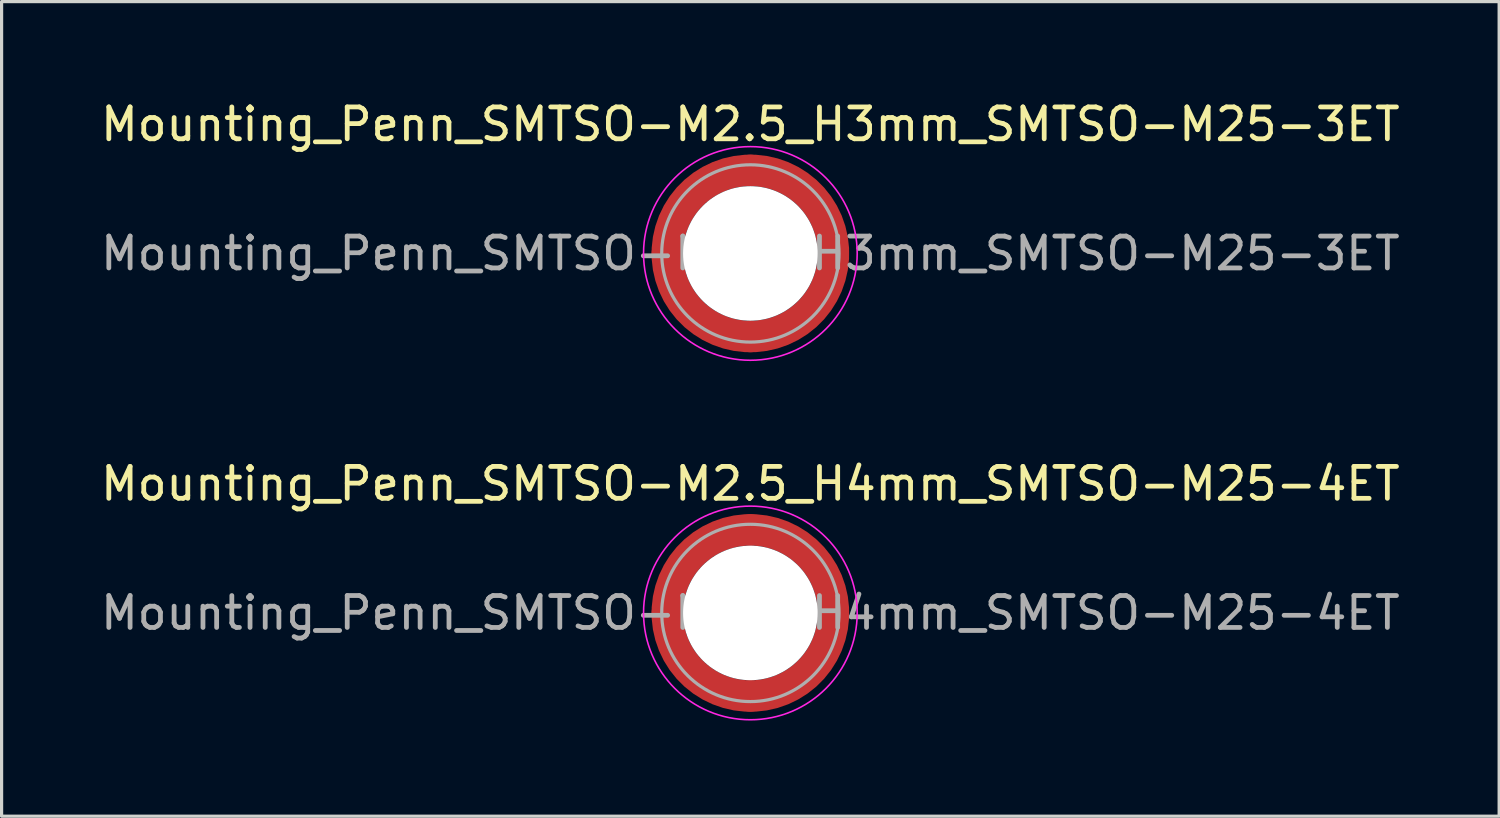
<source format=kicad_pcb>
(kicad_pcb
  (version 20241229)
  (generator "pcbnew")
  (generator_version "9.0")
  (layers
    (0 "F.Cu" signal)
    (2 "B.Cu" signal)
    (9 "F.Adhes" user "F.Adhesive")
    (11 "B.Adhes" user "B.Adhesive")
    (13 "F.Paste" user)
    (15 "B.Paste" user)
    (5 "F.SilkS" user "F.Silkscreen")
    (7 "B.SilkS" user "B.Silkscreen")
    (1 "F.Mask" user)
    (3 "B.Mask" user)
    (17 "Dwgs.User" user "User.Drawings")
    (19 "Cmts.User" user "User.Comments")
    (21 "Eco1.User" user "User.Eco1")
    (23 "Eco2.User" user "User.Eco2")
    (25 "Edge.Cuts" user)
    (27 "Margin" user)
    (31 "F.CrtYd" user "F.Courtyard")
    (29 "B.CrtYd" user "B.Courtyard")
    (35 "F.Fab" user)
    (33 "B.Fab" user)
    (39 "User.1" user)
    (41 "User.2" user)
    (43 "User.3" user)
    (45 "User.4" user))
  (footprint "Mounting_Penn_SMTSO-M2.5_H4mm_SMTSO-M25-4ET"
    (layer "F.Cu")
    (at 20.482 16.172)
    (property "Reference" "Mounting_Penn_SMTSO-M2.5_H4mm_SMTSO-M25-4ET" (at 0 -4.05 0) (layer "F.SilkS") (effects (font (size 1 1) (thickness 0.15))))
    (attr smd)
    (fp_circle (center 0 0) (end 3.35 0) (stroke (width 0.05) (type solid)) (fill no) (layer "F.CrtYd"))
    (fp_circle (center 0 0) (end 2.78 0) (stroke (width 0.1) (type solid)) (fill no) (layer "F.Fab"))
    (fp_text user "${REFERENCE}" (at 0 0 0) (layer "F.Fab") (effects (font (size 1 1) (thickness 0.15))))
    (pad "" smd custom (at -1.842 -1.842) (size 0.395 0.395) (layers "F.Paste") (options (anchor circle)) (primitives (gr_arc (start -0.448423 1.542013) (mid 0.208597 0.208597) (end 1.542013 -0.448423) (width 0.2)) (gr_arc (start -0.547562 1.542013) (mid 0.139064 0.139064) (end 1.542013 -0.547562) (width 0.2)) (gr_arc (start -0.646637 1.542013) (mid 0.069532 0.069532) (end 1.542013 -0.646637) (width 0.2)) (gr_arc (start -0.745655 1.542013) (mid 0 0) (end 1.542013 -0.745655) (width 0.2)) (gr_arc (start -0.844622 1.542013) (mid -0.069532 -0.069532) (end 1.542013 -0.844622) (width 0.2)) (gr_arc (start -0.943545 1.542013) (mid -0.139064 -0.139064) (end 1.542013 -0.943545) (width 0.2)) (gr_arc (start -1.042428 1.542013) (mid -0.208597 -0.208597) (end 1.542013 -1.042428) (width 0.2)) (gr_arc (start -1.042428 1.542013) (mid -0.208597 -0.208597) (end 1.542013 -1.042428) (width 0.2)) (gr_line (start 1.542 -0.448) (end 1.542 -1.042) (width 0.2)) (gr_line (start -0.448 1.542) (end -1.042 1.542) (width 0.2))))
    (pad "" smd custom (at -1.842 1.842) (size 0.395 0.395) (layers "F.Paste") (options (anchor circle)) (primitives (gr_arc (start 1.542013 0.448423) (mid 0.208597 -0.208597) (end -0.448423 -1.542013) (width 0.2)) (gr_arc (start 1.542013 0.547562) (mid 0.139064 -0.139064) (end -0.547562 -1.542013) (width 0.2)) (gr_arc (start 1.542013 0.646637) (mid 0.069532 -0.069532) (end -0.646637 -1.542013) (width 0.2)) (gr_arc (start 1.542013 0.745655) (mid 0 0) (end -0.745655 -1.542013) (width 0.2)) (gr_arc (start 1.542013 0.844622) (mid -0.069532 0.069532) (end -0.844622 -1.542013) (width 0.2)) (gr_arc (start 1.542013 0.943545) (mid -0.139064 0.139064) (end -0.943545 -1.542013) (width 0.2)) (gr_arc (start 1.542013 1.042428) (mid -0.208597 0.208597) (end -1.042428 -1.542013) (width 0.2)) (gr_arc (start 1.542013 1.042428) (mid -0.208597 0.208597) (end -1.042428 -1.542013) (width 0.2)) (gr_line (start -0.448 -1.542) (end -1.042 -1.542) (width 0.2)) (gr_line (start 1.542 0.448) (end 1.542 1.042) (width 0.2))))
    (pad "" np_thru_hole circle (at 0 0) (size 4.22 4.22) (drill 4.22) (layers "*.Cu" "*.Mask"))
    (pad "" smd custom (at 1.842 -1.842) (size 0.395 0.395) (layers "F.Paste") (options (anchor circle)) (primitives (gr_arc (start -1.542013 -0.448423) (mid -0.208597 0.208597) (end 0.448423 1.542013) (width 0.2)) (gr_arc (start -1.542013 -0.547562) (mid -0.139064 0.139064) (end 0.547562 1.542013) (width 0.2)) (gr_arc (start -1.542013 -0.646637) (mid -0.069532 0.069532) (end 0.646637 1.542013) (width 0.2)) (gr_arc (start -1.542013 -0.745655) (mid 0 0) (end 0.745655 1.542013) (width 0.2)) (gr_arc (start -1.542013 -0.844622) (mid 0.069532 -0.069532) (end 0.844622 1.542013) (width 0.2)) (gr_arc (start -1.542013 -0.943545) (mid 0.139064 -0.139064) (end 0.943545 1.542013) (width 0.2)) (gr_arc (start -1.542013 -1.042428) (mid 0.208597 -0.208597) (end 1.042428 1.542013) (width 0.2)) (gr_arc (start -1.542013 -1.042428) (mid 0.208597 -0.208597) (end 1.042428 1.542013) (width 0.2)) (gr_line (start 0.448 1.542) (end 1.042 1.542) (width 0.2)) (gr_line (start -1.542 -0.448) (end -1.542 -1.042) (width 0.2))))
    (pad "" smd custom (at 1.842 1.842) (size 0.395 0.395) (layers "F.Paste") (options (anchor circle)) (primitives (gr_arc (start 0.448423 -1.542013) (mid -0.208597 -0.208597) (end -1.542013 0.448423) (width 0.2)) (gr_arc (start 0.547562 -1.542013) (mid -0.139064 -0.139064) (end -1.542013 0.547562) (width 0.2)) (gr_arc (start 0.646637 -1.542013) (mid -0.069532 -0.069532) (end -1.542013 0.646637) (width 0.2)) (gr_arc (start 0.745655 -1.542013) (mid 0 0) (end -1.542013 0.745655) (width 0.2)) (gr_arc (start 0.844622 -1.542013) (mid 0.069532 0.069532) (end -1.542013 0.844622) (width 0.2)) (gr_arc (start 0.943545 -1.542013) (mid 0.139064 0.139064) (end -1.542013 0.943545) (width 0.2)) (gr_arc (start 1.042428 -1.542013) (mid 0.208597 0.208597) (end -1.542013 1.042428) (width 0.2)) (gr_arc (start 1.042428 -1.542013) (mid 0.208597 0.208597) (end -1.542013 1.042428) (width 0.2)) (gr_line (start -1.542 0.448) (end -1.542 1.042) (width 0.2)) (gr_line (start 0.448 -1.542) (end 1.042 -1.542) (width 0.2))))
    (pad "1" smd circle (at -2.605 0) (size 0.99 0.99) (layers "F.Cu"))
    (pad "1" smd circle (at 0 -2.605) (size 0.99 0.99) (layers "F.Cu"))
    (pad "1" smd circle (at 0 2.605) (size 0.99 0.99) (layers "F.Cu"))
    (pad "1" smd custom (at 2.605 0) (size 0.99 0.99) (layers "F.Cu" "F.Mask") (options (anchor circle)) (primitives (gr_circle (center -2.605 0) (end 0 0) (width 0.99) (fill no)))))
  (footprint "Mounting_Penn_SMTSO-M2.5_H3mm_SMTSO-M25-3ET"
    (layer "F.Cu")
    (at 20.482 4.898)
    (property "Reference" "Mounting_Penn_SMTSO-M2.5_H3mm_SMTSO-M25-3ET" (at 0 -4.05 0) (layer "F.SilkS") (effects (font (size 1 1) (thickness 0.15))))
    (attr smd)
    (fp_circle (center 0 0) (end 3.35 0) (stroke (width 0.05) (type solid)) (fill no) (layer "F.CrtYd"))
    (fp_circle (center 0 0) (end 2.78 0) (stroke (width 0.1) (type solid)) (fill no) (layer "F.Fab"))
    (fp_text user "${REFERENCE}" (at 0 0 0) (layer "F.Fab") (effects (font (size 1 1) (thickness 0.15))))
    (pad "" smd custom (at -1.842 -1.842) (size 0.395 0.395) (layers "F.Paste") (options (anchor circle)) (primitives (gr_arc (start -0.448423 1.542013) (mid 0.208597 0.208597) (end 1.542013 -0.448423) (width 0.2)) (gr_arc (start -0.547562 1.542013) (mid 0.139064 0.139064) (end 1.542013 -0.547562) (width 0.2)) (gr_arc (start -0.646637 1.542013) (mid 0.069532 0.069532) (end 1.542013 -0.646637) (width 0.2)) (gr_arc (start -0.745655 1.542013) (mid 0 0) (end 1.542013 -0.745655) (width 0.2)) (gr_arc (start -0.844622 1.542013) (mid -0.069532 -0.069532) (end 1.542013 -0.844622) (width 0.2)) (gr_arc (start -0.943545 1.542013) (mid -0.139064 -0.139064) (end 1.542013 -0.943545) (width 0.2)) (gr_arc (start -1.042428 1.542013) (mid -0.208597 -0.208597) (end 1.542013 -1.042428) (width 0.2)) (gr_arc (start -1.042428 1.542013) (mid -0.208597 -0.208597) (end 1.542013 -1.042428) (width 0.2)) (gr_line (start 1.542 -0.448) (end 1.542 -1.042) (width 0.2)) (gr_line (start -0.448 1.542) (end -1.042 1.542) (width 0.2))))
    (pad "" smd custom (at -1.842 1.842) (size 0.395 0.395) (layers "F.Paste") (options (anchor circle)) (primitives (gr_arc (start 1.542013 0.448423) (mid 0.208597 -0.208597) (end -0.448423 -1.542013) (width 0.2)) (gr_arc (start 1.542013 0.547562) (mid 0.139064 -0.139064) (end -0.547562 -1.542013) (width 0.2)) (gr_arc (start 1.542013 0.646637) (mid 0.069532 -0.069532) (end -0.646637 -1.542013) (width 0.2)) (gr_arc (start 1.542013 0.745655) (mid 0 0) (end -0.745655 -1.542013) (width 0.2)) (gr_arc (start 1.542013 0.844622) (mid -0.069532 0.069532) (end -0.844622 -1.542013) (width 0.2)) (gr_arc (start 1.542013 0.943545) (mid -0.139064 0.139064) (end -0.943545 -1.542013) (width 0.2)) (gr_arc (start 1.542013 1.042428) (mid -0.208597 0.208597) (end -1.042428 -1.542013) (width 0.2)) (gr_arc (start 1.542013 1.042428) (mid -0.208597 0.208597) (end -1.042428 -1.542013) (width 0.2)) (gr_line (start -0.448 -1.542) (end -1.042 -1.542) (width 0.2)) (gr_line (start 1.542 0.448) (end 1.542 1.042) (width 0.2))))
    (pad "" np_thru_hole circle (at 0 0) (size 4.22 4.22) (drill 4.22) (layers "*.Cu" "*.Mask"))
    (pad "" smd custom (at 1.842 -1.842) (size 0.395 0.395) (layers "F.Paste") (options (anchor circle)) (primitives (gr_arc (start -1.542013 -0.448423) (mid -0.208597 0.208597) (end 0.448423 1.542013) (width 0.2)) (gr_arc (start -1.542013 -0.547562) (mid -0.139064 0.139064) (end 0.547562 1.542013) (width 0.2)) (gr_arc (start -1.542013 -0.646637) (mid -0.069532 0.069532) (end 0.646637 1.542013) (width 0.2)) (gr_arc (start -1.542013 -0.745655) (mid 0 0) (end 0.745655 1.542013) (width 0.2)) (gr_arc (start -1.542013 -0.844622) (mid 0.069532 -0.069532) (end 0.844622 1.542013) (width 0.2)) (gr_arc (start -1.542013 -0.943545) (mid 0.139064 -0.139064) (end 0.943545 1.542013) (width 0.2)) (gr_arc (start -1.542013 -1.042428) (mid 0.208597 -0.208597) (end 1.042428 1.542013) (width 0.2)) (gr_arc (start -1.542013 -1.042428) (mid 0.208597 -0.208597) (end 1.042428 1.542013) (width 0.2)) (gr_line (start 0.448 1.542) (end 1.042 1.542) (width 0.2)) (gr_line (start -1.542 -0.448) (end -1.542 -1.042) (width 0.2))))
    (pad "" smd custom (at 1.842 1.842) (size 0.395 0.395) (layers "F.Paste") (options (anchor circle)) (primitives (gr_arc (start 0.448423 -1.542013) (mid -0.208597 -0.208597) (end -1.542013 0.448423) (width 0.2)) (gr_arc (start 0.547562 -1.542013) (mid -0.139064 -0.139064) (end -1.542013 0.547562) (width 0.2)) (gr_arc (start 0.646637 -1.542013) (mid -0.069532 -0.069532) (end -1.542013 0.646637) (width 0.2)) (gr_arc (start 0.745655 -1.542013) (mid 0 0) (end -1.542013 0.745655) (width 0.2)) (gr_arc (start 0.844622 -1.542013) (mid 0.069532 0.069532) (end -1.542013 0.844622) (width 0.2)) (gr_arc (start 0.943545 -1.542013) (mid 0.139064 0.139064) (end -1.542013 0.943545) (width 0.2)) (gr_arc (start 1.042428 -1.542013) (mid 0.208597 0.208597) (end -1.542013 1.042428) (width 0.2)) (gr_arc (start 1.042428 -1.542013) (mid 0.208597 0.208597) (end -1.542013 1.042428) (width 0.2)) (gr_line (start -1.542 0.448) (end -1.542 1.042) (width 0.2)) (gr_line (start 0.448 -1.542) (end 1.042 -1.542) (width 0.2))))
    (pad "1" smd circle (at -2.605 0) (size 0.99 0.99) (layers "F.Cu"))
    (pad "1" smd circle (at 0 -2.605) (size 0.99 0.99) (layers "F.Cu"))
    (pad "1" smd circle (at 0 2.605) (size 0.99 0.99) (layers "F.Cu"))
    (pad "1" smd custom (at 2.605 0) (size 0.99 0.99) (layers "F.Cu" "F.Mask") (options (anchor circle)) (primitives (gr_circle (center -2.605 0) (end 0 0) (width 0.99) (fill no)))))
  (gr_rect
    (start -3 -3)
    (end 43.964 22.547)
    (stroke (width 0.1) (type default))
    (fill no)
    (layer "Edge.Cuts")))
</source>
